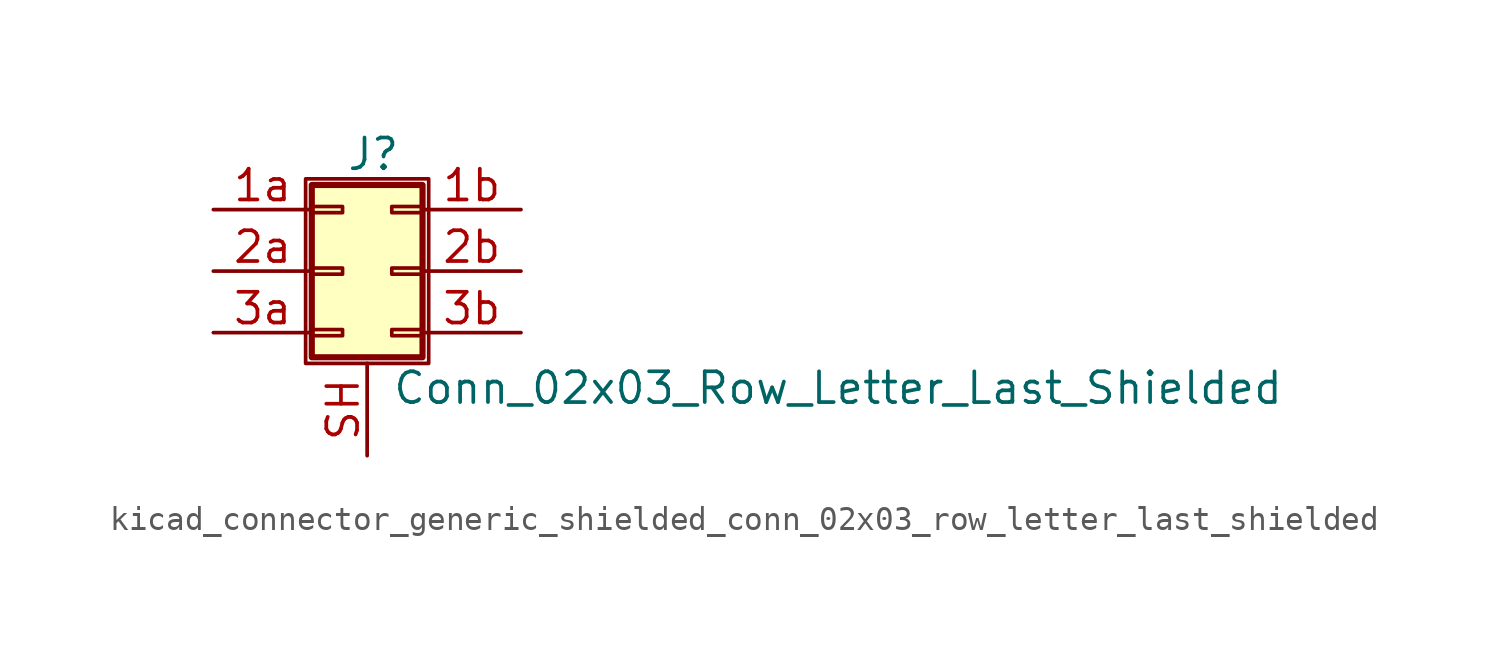
<source format=kicad_sym>
(kicad_symbol_lib
  (version 20220914)
  (generator kicad_symbol_editor)
  (symbol "kicad_connector_generic_shielded_conn_02x03_row_letter_last_shielded"
    (pin_names
      (offset 1.016) hide)
    (property "Reference" "J"
      (at 1.524 4.826 0)
      (effects (font (size 1.27 1.27))))
    (property "Value" "Conn_02x03_Row_Letter_Last_Shielded"
      (at 2.286 -4.826 0)
      (effects (font (size 1.27 1.27)) (justify left)))
    (symbol "kicad_connector_generic_shielded_conn_02x03_row_letter_last_shielded_1_1"
      (rectangle (start -1.27 3.81) (end 3.81 -3.81) (stroke (width 0.152) (type default)) (fill (type none)))
      (rectangle (start -1.016 -2.413) (end 0.254 -2.667) (stroke (width 0.152) (type default)) (fill (type none)))
      (rectangle (start -1.016 0.127) (end 0.254 -0.127) (stroke (width 0.152) (type default)) (fill (type none)))
      (rectangle (start -1.016 2.667) (end 0.254 2.413) (stroke (width 0.152) (type default)) (fill (type none)))
      (rectangle (start -1.016 3.556) (end 3.556 -3.556) (stroke (width 0.254) (type default)) (fill (type background)))
      (rectangle (start 3.556 -2.413) (end 2.286 -2.667) (stroke (width 0.152) (type default)) (fill (type none)))
      (rectangle (start 3.556 0.127) (end 2.286 -0.127) (stroke (width 0.152) (type default)) (fill (type none)))
      (rectangle (start 3.556 2.667) (end 2.286 2.413) (stroke (width 0.152) (type default)) (fill (type none)))
      (pin passive line (at -5.08 2.54 0) (length 4.064) (name "Pin_1a" (effects (font (size 1.27 1.27)))) (number "1a" (effects (font (size 1.27 1.27)))))
      (pin passive line (at 7.62 2.54 180) (length 4.064) (name "Pin_1b" (effects (font (size 1.27 1.27)))) (number "1b" (effects (font (size 1.27 1.27)))))
      (pin passive line (at -5.08 0 0) (length 4.064) (name "Pin_2a" (effects (font (size 1.27 1.27)))) (number "2a" (effects (font (size 1.27 1.27)))))
      (pin passive line (at 7.62 0 180) (length 4.064) (name "Pin_2b" (effects (font (size 1.27 1.27)))) (number "2b" (effects (font (size 1.27 1.27)))))
      (pin passive line (at -5.08 -2.54 0) (length 4.064) (name "Pin_3a" (effects (font (size 1.27 1.27)))) (number "3a" (effects (font (size 1.27 1.27)))))
      (pin passive line (at 7.62 -2.54 180) (length 4.064) (name "Pin_3b" (effects (font (size 1.27 1.27)))) (number "3b" (effects (font (size 1.27 1.27)))))
      (pin passive line (at 1.27 -7.62 90) (length 3.81) (name "Shield" (effects (font (size 1.27 1.27)))) (number "SH" (effects (font (size 1.27 1.27))))))))
</source>
